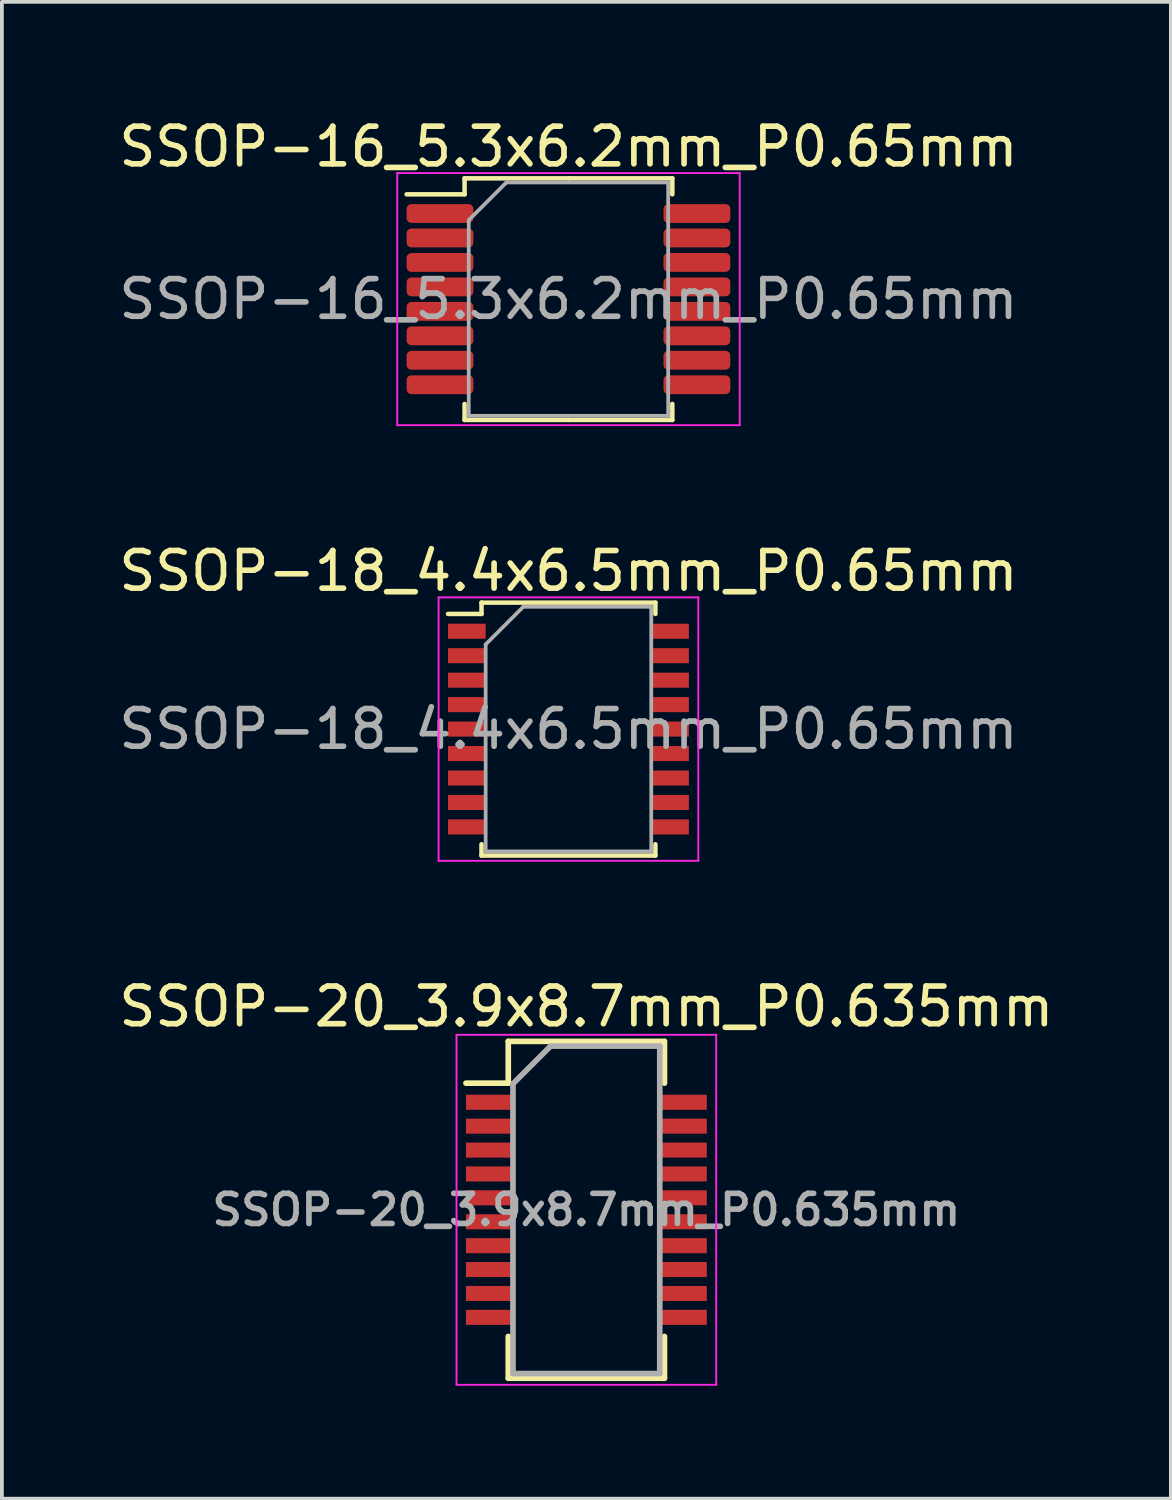
<source format=kicad_pcb>
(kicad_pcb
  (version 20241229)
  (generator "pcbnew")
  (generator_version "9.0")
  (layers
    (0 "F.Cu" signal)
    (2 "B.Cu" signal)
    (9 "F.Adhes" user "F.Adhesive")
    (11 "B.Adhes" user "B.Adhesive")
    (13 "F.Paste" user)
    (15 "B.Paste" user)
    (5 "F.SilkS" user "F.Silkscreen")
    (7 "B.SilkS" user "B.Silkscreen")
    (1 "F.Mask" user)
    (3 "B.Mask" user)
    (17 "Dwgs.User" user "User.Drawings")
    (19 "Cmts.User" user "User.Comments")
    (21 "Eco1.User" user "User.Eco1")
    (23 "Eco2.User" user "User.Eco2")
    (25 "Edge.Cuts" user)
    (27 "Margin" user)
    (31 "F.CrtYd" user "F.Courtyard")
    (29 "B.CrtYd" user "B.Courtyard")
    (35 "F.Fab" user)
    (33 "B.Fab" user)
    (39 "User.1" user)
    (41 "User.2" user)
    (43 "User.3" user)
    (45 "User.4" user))
  (footprint "SSOP-20_3.9x8.7mm_P0.635mm"
    (layer "F.Cu")
    (at 12.53 29.095)
    (property "Reference" "SSOP-20_3.9x8.7mm_P0.635mm" (at 0 -5.4 0) (layer "F.SilkS") (effects (font (size 1 1) (thickness 0.15))))
    (attr smd)
    (fp_line (start -2.075 -4.475) (end 2.075 -4.475) (stroke (width 0.15) (type solid)) (layer "F.SilkS"))
    (fp_line (start -2.075 -3.365) (end -3.2 -3.365) (stroke (width 0.15) (type solid)) (layer "F.SilkS"))
    (fp_line (start -2.075 -3.365) (end -2.075 -4.475) (stroke (width 0.15) (type solid)) (layer "F.SilkS"))
    (fp_line (start -2.075 4.475) (end -2.075 3.365) (stroke (width 0.15) (type solid)) (layer "F.SilkS"))
    (fp_line (start -2.075 4.475) (end 2.075 4.475) (stroke (width 0.15) (type solid)) (layer "F.SilkS"))
    (fp_line (start 2.075 -4.475) (end 2.075 -3.365) (stroke (width 0.15) (type solid)) (layer "F.SilkS"))
    (fp_line (start 2.075 4.475) (end 2.075 3.365) (stroke (width 0.15) (type solid)) (layer "F.SilkS"))
    (fp_line (start -3.45 -4.65) (end -3.45 4.65) (stroke (width 0.05) (type solid)) (layer "F.CrtYd"))
    (fp_line (start -3.45 -4.65) (end 3.45 -4.65) (stroke (width 0.05) (type solid)) (layer "F.CrtYd"))
    (fp_line (start -3.45 4.65) (end 3.45 4.65) (stroke (width 0.05) (type solid)) (layer "F.CrtYd"))
    (fp_line (start 3.45 -4.65) (end 3.45 4.65) (stroke (width 0.05) (type solid)) (layer "F.CrtYd"))
    (fp_line (start -1.95 -3.35) (end -0.95 -4.35) (stroke (width 0.15) (type solid)) (layer "F.Fab"))
    (fp_line (start -1.95 4.35) (end -1.95 -3.35) (stroke (width 0.15) (type solid)) (layer "F.Fab"))
    (fp_line (start -0.95 -4.35) (end 1.95 -4.35) (stroke (width 0.15) (type solid)) (layer "F.Fab"))
    (fp_line (start 1.95 -4.35) (end 1.95 4.35) (stroke (width 0.15) (type solid)) (layer "F.Fab"))
    (fp_line (start 1.95 4.35) (end -1.95 4.35) (stroke (width 0.15) (type solid)) (layer "F.Fab"))
    (fp_text user "${REFERENCE}" (at 0 0 0) (layer "F.Fab") (effects (font (size 0.8 0.8) (thickness 0.15))))
    (pad "1" smd rect (at -2.6 -2.857) (size 1.2 0.4) (layers "F.Cu" "F.Mask" "F.Paste"))
    (pad "2" smd rect (at -2.6 -2.223) (size 1.2 0.4) (layers "F.Cu" "F.Mask" "F.Paste"))
    (pad "3" smd rect (at -2.6 -1.587) (size 1.2 0.4) (layers "F.Cu" "F.Mask" "F.Paste"))
    (pad "4" smd rect (at -2.6 -0.953) (size 1.2 0.4) (layers "F.Cu" "F.Mask" "F.Paste"))
    (pad "5" smd rect (at -2.6 -0.318) (size 1.2 0.4) (layers "F.Cu" "F.Mask" "F.Paste"))
    (pad "6" smd rect (at -2.6 0.318) (size 1.2 0.4) (layers "F.Cu" "F.Mask" "F.Paste"))
    (pad "7" smd rect (at -2.6 0.953) (size 1.2 0.4) (layers "F.Cu" "F.Mask" "F.Paste"))
    (pad "8" smd rect (at -2.6 1.587) (size 1.2 0.4) (layers "F.Cu" "F.Mask" "F.Paste"))
    (pad "9" smd rect (at -2.6 2.223) (size 1.2 0.4) (layers "F.Cu" "F.Mask" "F.Paste"))
    (pad "10" smd rect (at -2.6 2.857) (size 1.2 0.4) (layers "F.Cu" "F.Mask" "F.Paste"))
    (pad "11" smd rect (at 2.6 2.857) (size 1.2 0.4) (layers "F.Cu" "F.Mask" "F.Paste"))
    (pad "12" smd rect (at 2.6 2.223) (size 1.2 0.4) (layers "F.Cu" "F.Mask" "F.Paste"))
    (pad "13" smd rect (at 2.6 1.587) (size 1.2 0.4) (layers "F.Cu" "F.Mask" "F.Paste"))
    (pad "14" smd rect (at 2.6 0.953) (size 1.2 0.4) (layers "F.Cu" "F.Mask" "F.Paste"))
    (pad "15" smd rect (at 2.6 0.318) (size 1.2 0.4) (layers "F.Cu" "F.Mask" "F.Paste"))
    (pad "16" smd rect (at 2.6 -0.318) (size 1.2 0.4) (layers "F.Cu" "F.Mask" "F.Paste"))
    (pad "17" smd rect (at 2.6 -0.953) (size 1.2 0.4) (layers "F.Cu" "F.Mask" "F.Paste"))
    (pad "18" smd rect (at 2.6 -1.587) (size 1.2 0.4) (layers "F.Cu" "F.Mask" "F.Paste"))
    (pad "19" smd rect (at 2.6 -2.223) (size 1.2 0.4) (layers "F.Cu" "F.Mask" "F.Paste"))
    (pad "20" smd rect (at 2.6 -2.857) (size 1.2 0.4) (layers "F.Cu" "F.Mask" "F.Paste")))
  (footprint "SSOP-18_4.4x6.5mm_P0.65mm"
    (layer "F.Cu")
    (at 12.054 16.322)
    (property "Reference" "SSOP-18_4.4x6.5mm_P0.65mm" (at 0 -4.2 0) (layer "F.SilkS") (effects (font (size 1 1) (thickness 0.15))))
    (attr smd)
    (fp_line (start -3.2 -3.06) (end -2.31 -3.06) (stroke (width 0.12) (type solid)) (layer "F.SilkS"))
    (fp_line (start -2.31 -3.36) (end 2.31 -3.36) (stroke (width 0.12) (type solid)) (layer "F.SilkS"))
    (fp_line (start -2.31 -3.06) (end -2.31 -3.36) (stroke (width 0.12) (type solid)) (layer "F.SilkS"))
    (fp_line (start -2.31 3.06) (end -2.31 3.36) (stroke (width 0.12) (type solid)) (layer "F.SilkS"))
    (fp_line (start -2.31 3.36) (end 2.31 3.36) (stroke (width 0.12) (type solid)) (layer "F.SilkS"))
    (fp_line (start 2.31 -3.36) (end 2.31 -3.06) (stroke (width 0.12) (type solid)) (layer "F.SilkS"))
    (fp_line (start 2.31 3.36) (end 2.31 3.06) (stroke (width 0.12) (type solid)) (layer "F.SilkS"))
    (fp_line (start -3.45 -3.5) (end 3.45 -3.5) (stroke (width 0.05) (type solid)) (layer "F.CrtYd"))
    (fp_line (start -3.45 3.5) (end -3.45 -3.5) (stroke (width 0.05) (type solid)) (layer "F.CrtYd"))
    (fp_line (start 3.45 -3.5) (end 3.45 3.5) (stroke (width 0.05) (type solid)) (layer "F.CrtYd"))
    (fp_line (start 3.45 3.5) (end -3.45 3.5) (stroke (width 0.05) (type solid)) (layer "F.CrtYd"))
    (fp_line (start -2.2 -2.25) (end -1.2 -3.25) (stroke (width 0.1) (type solid)) (layer "F.Fab"))
    (fp_line (start -2.2 3.25) (end -2.2 -2.25) (stroke (width 0.1) (type solid)) (layer "F.Fab"))
    (fp_line (start -1.2 -3.25) (end 2.2 -3.25) (stroke (width 0.1) (type solid)) (layer "F.Fab"))
    (fp_line (start 2.2 -3.25) (end 2.2 3.25) (stroke (width 0.1) (type solid)) (layer "F.Fab"))
    (fp_line (start 2.2 3.25) (end -2.2 3.25) (stroke (width 0.1) (type solid)) (layer "F.Fab"))
    (fp_text user "${REFERENCE}" (at 0 0 0) (layer "F.Fab") (effects (font (size 1 1) (thickness 0.15))))
    (pad "1" smd rect (at -2.7 -2.6) (size 1 0.4) (layers "F.Cu" "F.Mask" "F.Paste"))
    (pad "2" smd rect (at -2.7 -1.95) (size 1 0.4) (layers "F.Cu" "F.Mask" "F.Paste"))
    (pad "3" smd rect (at -2.7 -1.3) (size 1 0.4) (layers "F.Cu" "F.Mask" "F.Paste"))
    (pad "4" smd rect (at -2.7 -0.65) (size 1 0.4) (layers "F.Cu" "F.Mask" "F.Paste"))
    (pad "5" smd rect (at -2.7 0) (size 1 0.4) (layers "F.Cu" "F.Mask" "F.Paste"))
    (pad "6" smd rect (at -2.7 0.65) (size 1 0.4) (layers "F.Cu" "F.Mask" "F.Paste"))
    (pad "7" smd rect (at -2.7 1.3) (size 1 0.4) (layers "F.Cu" "F.Mask" "F.Paste"))
    (pad "8" smd rect (at -2.7 1.95) (size 1 0.4) (layers "F.Cu" "F.Mask" "F.Paste"))
    (pad "9" smd rect (at -2.7 2.6) (size 1 0.4) (layers "F.Cu" "F.Mask" "F.Paste"))
    (pad "10" smd rect (at 2.7 2.6) (size 1 0.4) (layers "F.Cu" "F.Mask" "F.Paste"))
    (pad "11" smd rect (at 2.7 1.95) (size 1 0.4) (layers "F.Cu" "F.Mask" "F.Paste"))
    (pad "12" smd rect (at 2.7 1.3) (size 1 0.4) (layers "F.Cu" "F.Mask" "F.Paste"))
    (pad "13" smd rect (at 2.7 0.65) (size 1 0.4) (layers "F.Cu" "F.Mask" "F.Paste"))
    (pad "14" smd rect (at 2.7 0) (size 1 0.4) (layers "F.Cu" "F.Mask" "F.Paste"))
    (pad "15" smd rect (at 2.7 -0.65) (size 1 0.4) (layers "F.Cu" "F.Mask" "F.Paste"))
    (pad "16" smd rect (at 2.7 -1.3) (size 1 0.4) (layers "F.Cu" "F.Mask" "F.Paste"))
    (pad "17" smd rect (at 2.7 -1.95) (size 1 0.4) (layers "F.Cu" "F.Mask" "F.Paste"))
    (pad "18" smd rect (at 2.7 -2.6) (size 1 0.4) (layers "F.Cu" "F.Mask" "F.Paste")))
  (footprint "SSOP-16_5.3x6.2mm_P0.65mm"
    (layer "F.Cu")
    (at 12.054 4.898)
    (property "Reference" "SSOP-16_5.3x6.2mm_P0.65mm" (at 0 -4.05 0) (layer "F.SilkS") (effects (font (size 1 1) (thickness 0.15))))
    (attr smd)
    (fp_line (start -2.76 -3.21) (end -2.76 -2.785) (stroke (width 0.12) (type solid)) (layer "F.SilkS"))
    (fp_line (start -2.76 -2.785) (end -4.3 -2.785) (stroke (width 0.12) (type solid)) (layer "F.SilkS"))
    (fp_line (start -2.76 3.21) (end -2.76 2.785) (stroke (width 0.12) (type solid)) (layer "F.SilkS"))
    (fp_line (start 0 -3.21) (end -2.76 -3.21) (stroke (width 0.12) (type solid)) (layer "F.SilkS"))
    (fp_line (start 0 -3.21) (end 2.76 -3.21) (stroke (width 0.12) (type solid)) (layer "F.SilkS"))
    (fp_line (start 0 3.21) (end -2.76 3.21) (stroke (width 0.12) (type solid)) (layer "F.SilkS"))
    (fp_line (start 0 3.21) (end 2.76 3.21) (stroke (width 0.12) (type solid)) (layer "F.SilkS"))
    (fp_line (start 2.76 -3.21) (end 2.76 -2.785) (stroke (width 0.12) (type solid)) (layer "F.SilkS"))
    (fp_line (start 2.76 3.21) (end 2.76 2.785) (stroke (width 0.12) (type solid)) (layer "F.SilkS"))
    (fp_line (start -4.55 -3.35) (end -4.55 3.35) (stroke (width 0.05) (type solid)) (layer "F.CrtYd"))
    (fp_line (start -4.55 3.35) (end 4.55 3.35) (stroke (width 0.05) (type solid)) (layer "F.CrtYd"))
    (fp_line (start 4.55 -3.35) (end -4.55 -3.35) (stroke (width 0.05) (type solid)) (layer "F.CrtYd"))
    (fp_line (start 4.55 3.35) (end 4.55 -3.35) (stroke (width 0.05) (type solid)) (layer "F.CrtYd"))
    (fp_line (start -2.65 -2.1) (end -1.65 -3.1) (stroke (width 0.1) (type solid)) (layer "F.Fab"))
    (fp_line (start -2.65 3.1) (end -2.65 -2.1) (stroke (width 0.1) (type solid)) (layer "F.Fab"))
    (fp_line (start -1.65 -3.1) (end 2.65 -3.1) (stroke (width 0.1) (type solid)) (layer "F.Fab"))
    (fp_line (start 2.65 -3.1) (end 2.65 3.1) (stroke (width 0.1) (type solid)) (layer "F.Fab"))
    (fp_line (start 2.65 3.1) (end -2.65 3.1) (stroke (width 0.1) (type solid)) (layer "F.Fab"))
    (fp_text user "${REFERENCE}" (at 0 0 0) (layer "F.Fab") (effects (font (size 1 1) (thickness 0.15))))
    (pad "1" smd roundrect (at -3.413 -2.275) (size 1.775 0.5) (layers "F.Cu" "F.Mask" "F.Paste") (roundrect_rratio 0.25))
    (pad "2" smd roundrect (at -3.413 -1.625) (size 1.775 0.5) (layers "F.Cu" "F.Mask" "F.Paste") (roundrect_rratio 0.25))
    (pad "3" smd roundrect (at -3.413 -0.975) (size 1.775 0.5) (layers "F.Cu" "F.Mask" "F.Paste") (roundrect_rratio 0.25))
    (pad "4" smd roundrect (at -3.413 -0.325) (size 1.775 0.5) (layers "F.Cu" "F.Mask" "F.Paste") (roundrect_rratio 0.25))
    (pad "5" smd roundrect (at -3.413 0.325) (size 1.775 0.5) (layers "F.Cu" "F.Mask" "F.Paste") (roundrect_rratio 0.25))
    (pad "6" smd roundrect (at -3.413 0.975) (size 1.775 0.5) (layers "F.Cu" "F.Mask" "F.Paste") (roundrect_rratio 0.25))
    (pad "7" smd roundrect (at -3.413 1.625) (size 1.775 0.5) (layers "F.Cu" "F.Mask" "F.Paste") (roundrect_rratio 0.25))
    (pad "8" smd roundrect (at -3.413 2.275) (size 1.775 0.5) (layers "F.Cu" "F.Mask" "F.Paste") (roundrect_rratio 0.25))
    (pad "9" smd roundrect (at 3.413 2.275) (size 1.775 0.5) (layers "F.Cu" "F.Mask" "F.Paste") (roundrect_rratio 0.25))
    (pad "10" smd roundrect (at 3.413 1.625) (size 1.775 0.5) (layers "F.Cu" "F.Mask" "F.Paste") (roundrect_rratio 0.25))
    (pad "11" smd roundrect (at 3.413 0.975) (size 1.775 0.5) (layers "F.Cu" "F.Mask" "F.Paste") (roundrect_rratio 0.25))
    (pad "12" smd roundrect (at 3.413 0.325) (size 1.775 0.5) (layers "F.Cu" "F.Mask" "F.Paste") (roundrect_rratio 0.25))
    (pad "13" smd roundrect (at 3.413 -0.325) (size 1.775 0.5) (layers "F.Cu" "F.Mask" "F.Paste") (roundrect_rratio 0.25))
    (pad "14" smd roundrect (at 3.413 -0.975) (size 1.775 0.5) (layers "F.Cu" "F.Mask" "F.Paste") (roundrect_rratio 0.25))
    (pad "15" smd roundrect (at 3.413 -1.625) (size 1.775 0.5) (layers "F.Cu" "F.Mask" "F.Paste") (roundrect_rratio 0.25))
    (pad "16" smd roundrect (at 3.413 -2.275) (size 1.775 0.5) (layers "F.Cu" "F.Mask" "F.Paste") (roundrect_rratio 0.25)))
  (gr_rect
    (start -3 -3)
    (end 28.06 36.77)
    (stroke (width 0.1) (type default))
    (fill no)
    (layer "Edge.Cuts")))
</source>
